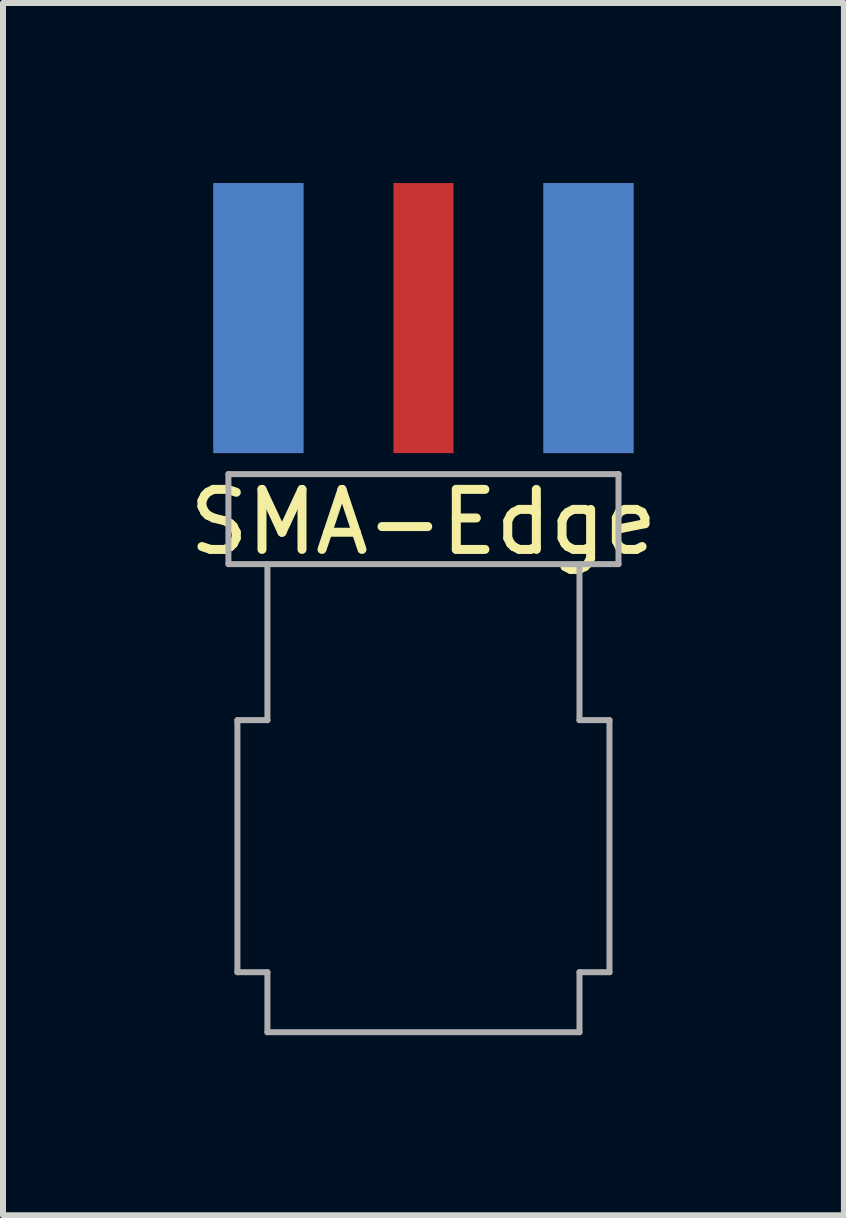
<source format=kicad_pcb>
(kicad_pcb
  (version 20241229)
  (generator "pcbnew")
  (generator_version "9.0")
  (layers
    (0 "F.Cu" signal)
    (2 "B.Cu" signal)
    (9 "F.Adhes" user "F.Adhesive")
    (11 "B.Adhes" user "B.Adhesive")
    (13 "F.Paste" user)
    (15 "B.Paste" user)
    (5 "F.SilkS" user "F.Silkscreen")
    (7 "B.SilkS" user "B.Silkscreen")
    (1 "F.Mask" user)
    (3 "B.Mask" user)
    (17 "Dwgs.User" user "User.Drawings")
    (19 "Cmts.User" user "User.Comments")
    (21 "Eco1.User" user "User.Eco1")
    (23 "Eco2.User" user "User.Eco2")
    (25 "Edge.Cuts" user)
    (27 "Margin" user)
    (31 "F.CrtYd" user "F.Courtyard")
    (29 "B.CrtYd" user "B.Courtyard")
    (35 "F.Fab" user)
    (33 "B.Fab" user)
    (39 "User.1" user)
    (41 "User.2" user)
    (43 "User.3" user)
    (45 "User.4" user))
  (footprint "SMA-Edge"
    (layer "F.Cu")
    (at 4.006 4.75)
    (property "Reference" "SMA-Edge" (at 0 0.9 0) (layer "F.SilkS") (effects (font (size 1 1) (thickness 0.15))))
    (attr through_hole)
    (fp_line (start -3.25 0.1) (end -3.25 1.6) (stroke (width 0.1) (type solid)) (layer "F.Fab"))
    (fp_line (start -3.25 0.1) (end 3.25 0.1) (stroke (width 0.1) (type solid)) (layer "F.Fab"))
    (fp_line (start -3.1 4.2) (end -3.1 8.4) (stroke (width 0.1) (type solid)) (layer "F.Fab"))
    (fp_line (start -3.1 8.4) (end -2.6 8.4) (stroke (width 0.1) (type solid)) (layer "F.Fab"))
    (fp_line (start -2.6 1.6) (end -2.6 4.2) (stroke (width 0.1) (type solid)) (layer "F.Fab"))
    (fp_line (start -2.6 4.2) (end -3.1 4.2) (stroke (width 0.1) (type solid)) (layer "F.Fab"))
    (fp_line (start -2.6 8.4) (end -2.6 9.4) (stroke (width 0.1) (type solid)) (layer "F.Fab"))
    (fp_line (start -2.6 9.4) (end 2.6 9.4) (stroke (width 0.1) (type solid)) (layer "F.Fab"))
    (fp_line (start 2.6 4.2) (end 2.6 1.6) (stroke (width 0.1) (type solid)) (layer "F.Fab"))
    (fp_line (start 2.6 8.4) (end 3.1 8.4) (stroke (width 0.1) (type solid)) (layer "F.Fab"))
    (fp_line (start 2.6 9.4) (end 2.6 8.4) (stroke (width 0.1) (type solid)) (layer "F.Fab"))
    (fp_line (start 3.1 4.2) (end 2.6 4.2) (stroke (width 0.1) (type solid)) (layer "F.Fab"))
    (fp_line (start 3.1 8.4) (end 3.1 4.2) (stroke (width 0.1) (type solid)) (layer "F.Fab"))
    (fp_line (start 3.25 0.1) (end 3.25 1.6) (stroke (width 0.1) (type solid)) (layer "F.Fab"))
    (fp_line (start 3.25 1.6) (end -3.25 1.6) (stroke (width 0.1) (type solid)) (layer "F.Fab"))
    (pad "1" smd rect (at 0 -2.5) (size 1 4.5) (layers "F.Cu" "F.Mask" "F.Paste"))
    (pad "2" smd rect (at -2.75 -2.5) (size 1.5 4.5) (layers "F.Cu" "F.Mask" "F.Paste"))
    (pad "2" smd rect (at -2.75 -2.5) (size 1.5 4.5) (layers "B.Cu" "B.Mask" "B.Paste"))
    (pad "2" smd rect (at 2.75 -2.5) (size 1.5 4.5) (layers "F.Cu" "F.Mask" "F.Paste"))
    (pad "2" smd rect (at 2.75 -2.5) (size 1.5 4.5) (layers "B.Cu" "B.Mask" "B.Paste")))
  (gr_rect
    (start -3 -3)
    (end 11.012 17.2)
    (stroke (width 0.1) (type default))
    (fill no)
    (layer "Edge.Cuts")))
</source>
